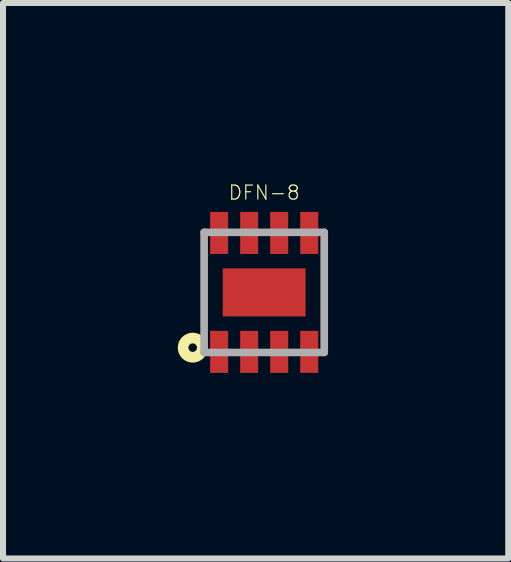
<source format=kicad_pcb>
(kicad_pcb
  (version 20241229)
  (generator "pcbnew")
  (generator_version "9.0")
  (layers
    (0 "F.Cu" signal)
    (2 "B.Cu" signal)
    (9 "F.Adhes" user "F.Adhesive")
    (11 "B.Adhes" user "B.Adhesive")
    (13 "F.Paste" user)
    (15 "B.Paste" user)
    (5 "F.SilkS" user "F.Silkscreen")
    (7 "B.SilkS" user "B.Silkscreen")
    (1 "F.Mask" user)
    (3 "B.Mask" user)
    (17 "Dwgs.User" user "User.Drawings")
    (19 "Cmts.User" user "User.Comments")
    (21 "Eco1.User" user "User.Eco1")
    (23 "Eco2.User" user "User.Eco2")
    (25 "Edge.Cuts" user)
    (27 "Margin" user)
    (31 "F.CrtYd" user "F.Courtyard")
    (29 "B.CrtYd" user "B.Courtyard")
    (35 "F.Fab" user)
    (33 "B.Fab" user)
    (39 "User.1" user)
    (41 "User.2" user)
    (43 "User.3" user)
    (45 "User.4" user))
  (footprint "DFN-8"
    (layer "F.Cu")
    (at 1.349 1.819)
    (property "Reference" "DFN-8" (at 0 -1.524 0) (layer "F.SilkS") (effects (font (size 0.234 0.234) (thickness 0.02)) (justify bottom)))
    (fp_poly (pts (xy -0.97 -0.57) (xy -0.53 -0.57) (xy -0.53 -1.41) (xy -0.97 -1.41)) (stroke (width 0) (type solid)) (fill yes) (layer "F.Mask"))
    (fp_poly (pts (xy -0.97 1.43) (xy -0.53 1.43) (xy -0.53 0.59) (xy -0.97 0.59)) (stroke (width 0) (type solid)) (fill yes) (layer "F.Mask"))
    (fp_poly (pts (xy -0.76 0.47) (xy 0.76 0.47) (xy 0.76 -0.47) (xy -0.76 -0.47)) (stroke (width 0) (type solid)) (fill yes) (layer "F.Mask"))
    (fp_poly (pts (xy -0.47 -0.57) (xy -0.03 -0.57) (xy -0.03 -1.41) (xy -0.47 -1.41)) (stroke (width 0) (type solid)) (fill yes) (layer "F.Mask"))
    (fp_poly (pts (xy -0.47 1.43) (xy -0.03 1.43) (xy -0.03 0.59) (xy -0.47 0.59)) (stroke (width 0) (type solid)) (fill yes) (layer "F.Mask"))
    (fp_poly (pts (xy 0.03 -0.57) (xy 0.47 -0.57) (xy 0.47 -1.41) (xy 0.03 -1.41)) (stroke (width 0) (type solid)) (fill yes) (layer "F.Mask"))
    (fp_poly (pts (xy 0.03 1.43) (xy 0.47 1.43) (xy 0.47 0.59) (xy 0.03 0.59)) (stroke (width 0) (type solid)) (fill yes) (layer "F.Mask"))
    (fp_poly (pts (xy 0.53 -0.57) (xy 0.97 -0.57) (xy 0.97 -1.41) (xy 0.53 -1.41)) (stroke (width 0) (type solid)) (fill yes) (layer "F.Mask"))
    (fp_poly (pts (xy 0.53 1.43) (xy 0.97 1.43) (xy 0.97 0.59) (xy 0.53 0.59)) (stroke (width 0) (type solid)) (fill yes) (layer "F.Mask"))
    (fp_circle (center -1.19 0.92) (end -1.119 0.92) (stroke (width 0.178) (type solid)) (fill no) (layer "F.SilkS"))
    (fp_poly (pts (xy -0.875 -0.7) (xy -0.625 -0.7) (xy -0.625 -1.337) (xy -0.875 -1.337)) (stroke (width 0) (type solid)) (fill yes) (layer "F.Paste"))
    (fp_poly (pts (xy -0.875 1.337) (xy -0.625 1.337) (xy -0.625 0.7) (xy -0.875 0.7)) (stroke (width 0) (type solid)) (fill yes) (layer "F.Paste"))
    (fp_poly (pts (xy -0.59 0.32) (xy -0.09 0.32) (xy -0.09 -0.32) (xy -0.59 -0.32)) (stroke (width 0) (type solid)) (fill yes) (layer "F.Paste"))
    (fp_poly (pts (xy -0.375 -0.7) (xy -0.125 -0.7) (xy -0.125 -1.337) (xy -0.375 -1.337)) (stroke (width 0) (type solid)) (fill yes) (layer "F.Paste"))
    (fp_poly (pts (xy -0.375 1.337) (xy -0.125 1.337) (xy -0.125 0.7) (xy -0.375 0.7)) (stroke (width 0) (type solid)) (fill yes) (layer "F.Paste"))
    (fp_poly (pts (xy 0.09 0.32) (xy 0.59 0.32) (xy 0.59 -0.32) (xy 0.09 -0.32)) (stroke (width 0) (type solid)) (fill yes) (layer "F.Paste"))
    (fp_poly (pts (xy 0.125 -0.7) (xy 0.375 -0.7) (xy 0.375 -1.337) (xy 0.125 -1.337)) (stroke (width 0) (type solid)) (fill yes) (layer "F.Paste"))
    (fp_poly (pts (xy 0.125 1.337) (xy 0.375 1.337) (xy 0.375 0.7) (xy 0.125 0.7)) (stroke (width 0) (type solid)) (fill yes) (layer "F.Paste"))
    (fp_poly (pts (xy 0.625 -0.7) (xy 0.875 -0.7) (xy 0.875 -1.337) (xy 0.625 -1.337)) (stroke (width 0) (type solid)) (fill yes) (layer "F.Paste"))
    (fp_poly (pts (xy 0.625 1.337) (xy 0.875 1.337) (xy 0.875 0.7) (xy 0.625 0.7)) (stroke (width 0) (type solid)) (fill yes) (layer "F.Paste"))
    (fp_line (start -1 -1) (end 1 -1) (stroke (width 0.127) (type solid)) (layer "F.Fab"))
    (fp_line (start -1 1) (end -1 -1) (stroke (width 0.127) (type solid)) (layer "F.Fab"))
    (fp_line (start 1 -1) (end 1 1) (stroke (width 0.127) (type solid)) (layer "F.Fab"))
    (fp_line (start 1 1) (end -1 1) (stroke (width 0.127) (type solid)) (layer "F.Fab"))
    (pad "1" smd rect (at -0.75 0.99 90) (size 0.7 0.3) (layers "F.Cu"))
    (pad "2" smd rect (at -0.25 0.99 90) (size 0.7 0.3) (layers "F.Cu"))
    (pad "3" smd rect (at 0.25 0.99 90) (size 0.7 0.3) (layers "F.Cu"))
    (pad "4" smd rect (at 0.75 0.99 90) (size 0.7 0.3) (layers "F.Cu"))
    (pad "5" smd rect (at 0.75 -0.99 90) (size 0.7 0.3) (layers "F.Cu"))
    (pad "6" smd rect (at 0.25 -0.99 90) (size 0.7 0.3) (layers "F.Cu"))
    (pad "7" smd rect (at -0.25 -0.99 90) (size 0.7 0.3) (layers "F.Cu"))
    (pad "8" smd rect (at -0.75 -0.99 90) (size 0.7 0.3) (layers "F.Cu"))
    (pad "9" smd rect (at 0 0) (size 1.38 0.8) (layers "F.Cu")))
  (gr_rect
    (start -3 -3)
    (end 5.413 6.249)
    (stroke (width 0.1) (type default))
    (fill no)
    (layer "Edge.Cuts")))
</source>
